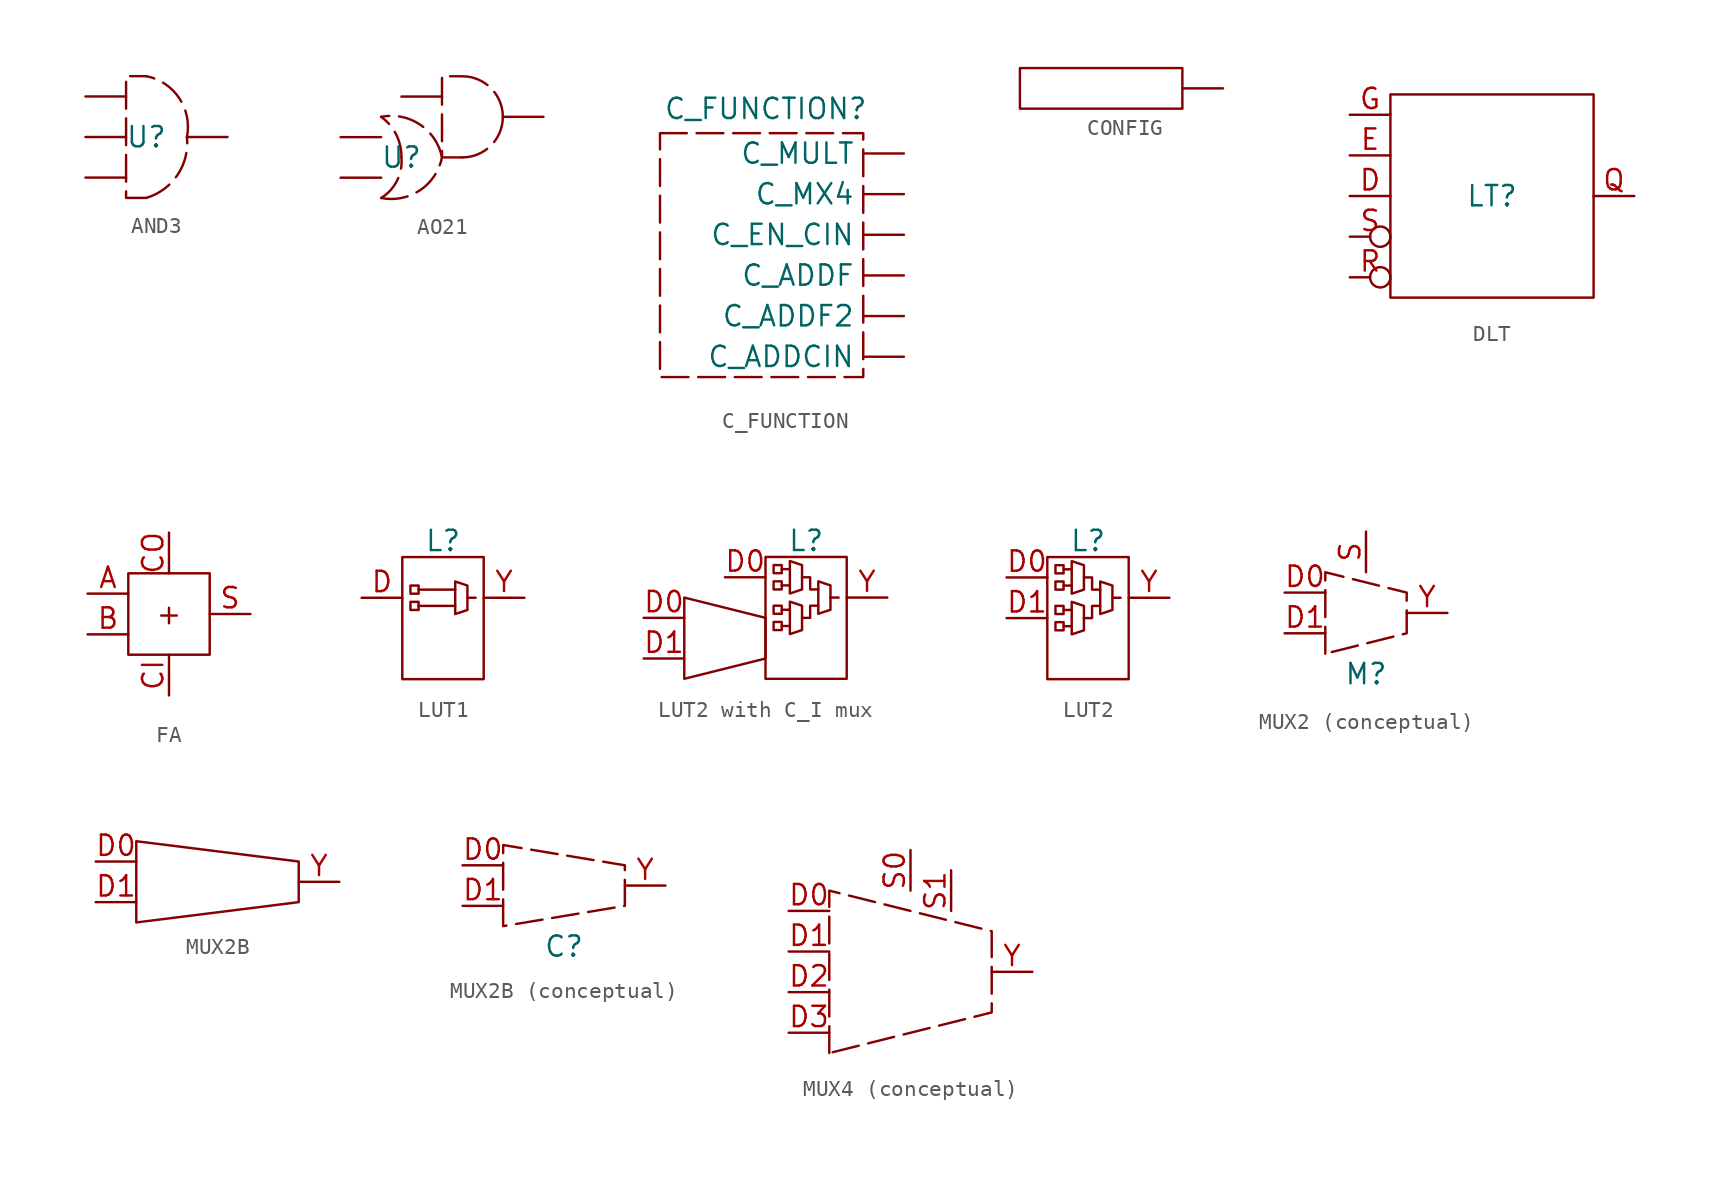
<source format=kicad_sym>
(kicad_symbol_lib
  (version 20241209)
  (generator "kicad_symbol_editor")
  (generator_version "9.0")
  (symbol "AND3"
    (property "Reference" "U"
      (at 0 0 0)
      (effects (font (size 1.27 1.27))))
    (property "Value" ""
      (at 0 0 0)
      (effects (font (size 1.27 1.27))))
    (symbol "AND3_1_1"
      (arc (start 2.54 0) (mid 1.9581 -2.3638) (end 0 -3.81) (stroke (width 0) (type dash)) (fill (type none)))
      (arc (start 0 3.81) (mid 2.0592 2.4311) (end 2.54 0) (stroke (width 0) (type dash)) (fill (type none)))
      (polyline (pts (xy 0 -3.81) (xy -1.27 -3.81) (xy -1.27 3.81) (xy 0 3.81)) (stroke (width 0) (type dash)) (fill (type none)))
      (pin input line (at -3.81 2.54 0) (length 2.54) (name "" (effects (font (size 1.27 1.27)))) (number "" (effects (font (size 1.27 1.27)))))
      (pin input line (at -3.81 0 0) (length 2.54) (name "" (effects (font (size 1.27 1.27)))) (number "" (effects (font (size 1.27 1.27)))))
      (pin input line (at -3.81 -2.54 0) (length 2.54) (name "" (effects (font (size 1.27 1.27)))) (number "" (effects (font (size 1.27 1.27)))))
      (pin output line (at 5.08 0 180) (length 2.54) (name "" (effects (font (size 1.27 1.27)))) (number "" (effects (font (size 1.27 1.27)))))))
  (symbol "AO21"
    (property "Reference" "U"
      (at 0 0 0)
      (effects (font (size 1.27 1.27))))
    (property "Value" ""
      (at 0 0 0)
      (effects (font (size 1.27 1.27))))
    (symbol "AO21_1_1"
      (arc (start -1.27 2.54) (mid -0.3243 1.4253) (end 0 0) (stroke (width 0) (type dash)) (fill (type none)))
      (arc (start 0 0) (mid -0.2725 -1.4513) (end -1.27 -2.54) (stroke (width 0) (type dash)) (fill (type none)))
      (arc (start -1.2702 2.5398) (mid 1.1609 2.059) (end 2.54 0) (stroke (width 0) (type dash)) (fill (type none)))
      (arc (start 2.54 0) (mid 1.161 -2.0591) (end -1.2702 -2.5398) (stroke (width 0) (type dash)) (fill (type none)))
      (arc (start 3.81 5.08) (mid 5.6061 4.3361) (end 6.35 2.54) (stroke (width 0) (type dash)) (fill (type none)))
      (arc (start 6.35 2.54) (mid 5.6061 0.7439) (end 3.81 0) (stroke (width 0) (type dash)) (fill (type none)))
      (polyline (pts (xy 3.81 0) (xy 2.54 0) (xy 2.54 5.08) (xy 3.81 5.08)) (stroke (width 0) (type dash)) (fill (type none)))
      (pin input line (at -3.81 1.27 0) (length 2.54) (name "" (effects (font (size 1.27 1.27)))) (number "" (effects (font (size 1.27 1.27)))))
      (pin input line (at -3.81 -1.27 0) (length 2.54) (name "" (effects (font (size 1.27 1.27)))) (number "" (effects (font (size 1.27 1.27)))))
      (pin input line (at 0 3.81 0) (length 2.54) (name "" (effects (font (size 1.27 1.27)))) (number "" (effects (font (size 1.27 1.27)))))
      (pin output line (at 8.89 2.54 180) (length 2.54) (name "" (effects (font (size 1.27 1.27)))) (number "" (effects (font (size 1.27 1.27)))))))
  (symbol "C_FUNCTION"
    (property "Reference" "C_FUNCTION"
      (at 0.254 7.874 0)
      (effects (font (size 1.27 1.27))))
    (property "Value" ""
      (at 0 0 0)
      (effects (font (size 1.27 1.27))))
    (symbol "C_FUNCTION_0_1"
      (rectangle (start -6.35 6.35) (end 6.35 -8.89) (stroke (width 0) (type dash)) (fill (type none))))
    (symbol "C_FUNCTION_1_1"
      (pin output line (at 8.89 5.08 180) (length 2.54) (name "C_MULT" (effects (font (size 1.27 1.27)))) (number "" (effects (font (size 1.27 1.27)))))
      (pin output line (at 8.89 2.54 180) (length 2.54) (name "C_MX4" (effects (font (size 1.27 1.27)))) (number "" (effects (font (size 1.27 1.27)))))
      (pin output line (at 8.89 0 180) (length 2.54) (name "C_EN_CIN" (effects (font (size 1.27 1.27)))) (number "" (effects (font (size 1.27 1.27)))))
      (pin output line (at 8.89 -2.54 180) (length 2.54) (name "C_ADDF" (effects (font (size 1.27 1.27)))) (number "" (effects (font (size 1.27 1.27)))))
      (pin output line (at 8.89 -5.08 180) (length 2.54) (name "C_ADDF2" (effects (font (size 1.27 1.27)))) (number "" (effects (font (size 1.27 1.27)))))
      (pin output line (at 8.89 -7.62 180) (length 2.54) (name "C_ADDCIN" (effects (font (size 1.27 1.27)))) (number "" (effects (font (size 1.27 1.27)))))))
  (symbol "CONFIG"
    (property "Reference" "U"
      (at 2.54 0 0)
      (effects (font (size 1.27 1.27)) (hide yes)))
    (property "Value" ""
      (at 0 0 0)
      (effects (font (size 1.27 1.27))))
    (symbol "CONFIG_0_1"
      (rectangle (start -5.08 1.27) (end 5.08 -1.27) (stroke (width 0) (type default)) (fill (type none))))
    (symbol "CONFIG_1_1"
      (pin output line (at 7.62 0 180) (length 2.54) (name "" (effects (font (size 1.27 1.27)))) (number "" (effects (font (size 1.27 1.27)))))))
  (symbol "DLT"
    (property "Reference" "LT"
      (at 0 0 0)
      (effects (font (size 1.27 1.27))))
    (property "Value" ""
      (at 0 0 0)
      (effects (font (size 1.27 1.27))))
    (symbol "DLT_0_1"
      (rectangle (start -6.35 6.35) (end 6.35 -6.35) (stroke (width 0) (type default)) (fill (type none))))
    (symbol "DLT_1_1"
      (pin input line (at -8.89 5.08 0) (length 2.54) (name "" (effects (font (size 1.27 1.27)))) (number "G" (effects (font (size 1.27 1.27)))))
      (pin input line (at -8.89 2.54 0) (length 2.54) (name "" (effects (font (size 1.27 1.27)))) (number "E" (effects (font (size 1.27 1.27)))))
      (pin input line (at -8.89 0 0) (length 2.54) (name "" (effects (font (size 1.27 1.27)))) (number "D" (effects (font (size 1.27 1.27)))))
      (pin input inverted (at -8.89 -2.54 0) (length 2.54) (name "" (effects (font (size 1.27 1.27)))) (number "S" (effects (font (size 1.27 1.27)))))
      (pin input inverted (at -8.89 -5.08 0) (length 2.54) (name "" (effects (font (size 1.27 1.27)))) (number "R" (effects (font (size 1.27 1.27)))))
      (pin output line (at 8.89 0 180) (length 2.54) (name "" (effects (font (size 1.27 1.27)))) (number "Q" (effects (font (size 1.27 1.27)))))))
  (symbol "FA"
    (property "Reference" "U"
      (at 0 0 0)
      (effects (font (size 1.27 1.27)) (hide yes)))
    (property "Value" ""
      (at 0 0 0)
      (effects (font (size 1.27 1.27))))
    (symbol "FA_0_1"
      (rectangle (start -2.54 2.54) (end 2.54 -2.54) (stroke (width 0) (type default)) (fill (type none))))
    (symbol "FA_1_1"
      (text "+" (at 0 0 0) (effects (font (size 1.27 1.27))))
      (pin input line (at -5.08 1.27 0) (length 2.54) (name "" (effects (font (size 1.27 1.27)))) (number "A" (effects (font (size 1.27 1.27)))))
      (pin input line (at -5.08 -1.27 0) (length 2.54) (name "" (effects (font (size 1.27 1.27)))) (number "B" (effects (font (size 1.27 1.27)))))
      (pin output line (at 0 5.08 270) (length 2.54) (name "" (effects (font (size 1.27 1.27)))) (number "CO" (effects (font (size 1.27 1.27)))))
      (pin input line (at 0 -5.08 90) (length 2.54) (name "" (effects (font (size 1.27 1.27)))) (number "CI" (effects (font (size 1.27 1.27)))))
      (pin output line (at 5.08 0 180) (length 2.54) (name "" (effects (font (size 1.27 1.27)))) (number "S" (effects (font (size 1.27 1.27)))))))
  (symbol "LUT1"
    (property "Reference" "L"
      (at 0 3.556 0)
      (effects (font (size 1.27 1.27))))
    (property "Value" ""
      (at 0 0 0)
      (effects (font (size 1.27 1.27))))
    (symbol "LUT1_0_1"
      (rectangle (start -2.54 2.54) (end 2.54 -5.08) (stroke (width 0) (type default)) (fill (type none)))
      (rectangle (start -2.032 0.762) (end -1.524 0.254) (stroke (width 0) (type default)) (fill (type none)))
      (rectangle (start -2.032 -0.254) (end -1.524 -0.762) (stroke (width 0) (type default)) (fill (type none)))
      (polyline (pts (xy -1.524 0.508) (xy 0.762 0.508)) (stroke (width 0) (type default)) (fill (type none)))
      (polyline (pts (xy -1.524 -0.508) (xy 0.762 -0.508)) (stroke (width 0) (type default)) (fill (type none)))
      (polyline (pts (xy 0.762 -1.016) (xy 0.762 1.016) (xy 1.524 0.762) (xy 1.524 -0.762) (xy 0.762 -1.016)) (stroke (width 0) (type default)) (fill (type none)))
      (polyline (pts (xy 1.524 0) (xy 2.032 0)) (stroke (width 0) (type default)) (fill (type none))))
    (symbol "LUT1_1_1"
      (pin input line (at -5.08 0 0) (length 2.54) (name "" (effects (font (size 1.27 1.27)))) (number "D" (effects (font (size 1.27 1.27)))))
      (pin output line (at 5.08 0 180) (length 2.54) (name "" (effects (font (size 1.27 1.27)))) (number "Y" (effects (font (size 1.27 1.27)))))))
  (symbol "LUT2 with C_I mux"
    (property "Reference" "L"
      (at 0 3.556 0)
      (effects (font (size 1.27 1.27))))
    (property "Value" ""
      (at 0 0 0)
      (effects (font (size 1.27 1.27))))
    (symbol "LUT2 with C_I mux_0_1"
      (polyline (pts (xy -7.62 0) (xy -7.62 -5.08) (xy -2.54 -3.81) (xy -2.54 -1.27) (xy -7.62 0)) (stroke (width 0) (type default)) (fill (type none)))
      (rectangle (start -2.54 2.54) (end 2.54 -5.08) (stroke (width 0) (type default)) (fill (type none)))
      (rectangle (start -2.032 2.032) (end -1.524 1.524) (stroke (width 0) (type default)) (fill (type none)))
      (rectangle (start -2.032 1.016) (end -1.524 0.508) (stroke (width 0) (type default)) (fill (type none)))
      (rectangle (start -2.032 -0.508) (end -1.524 -1.016) (stroke (width 0) (type default)) (fill (type none)))
      (rectangle (start -2.032 -1.524) (end -1.524 -2.032) (stroke (width 0) (type default)) (fill (type none)))
      (polyline (pts (xy -1.524 1.778) (xy -1.016 1.778)) (stroke (width 0) (type default)) (fill (type none)))
      (polyline (pts (xy -1.524 0.762) (xy -1.016 0.762)) (stroke (width 0) (type default)) (fill (type none)))
      (polyline (pts (xy -1.524 -0.762) (xy -1.016 -0.762)) (stroke (width 0) (type default)) (fill (type none)))
      (polyline (pts (xy -1.524 -1.778) (xy -1.016 -1.778)) (stroke (width 0) (type default)) (fill (type none)))
      (polyline (pts (xy -1.016 0.254) (xy -1.016 2.286) (xy -0.254 2.032) (xy -0.254 0.508) (xy -1.016 0.254)) (stroke (width 0) (type default)) (fill (type none)))
      (polyline (pts (xy -1.016 -0.254) (xy -1.016 -2.286) (xy -0.254 -2.032) (xy -0.254 -0.508) (xy -1.016 -0.254)) (stroke (width 0) (type default)) (fill (type none)))
      (polyline (pts (xy -0.254 1.27) (xy 0.254 1.27) (xy 0.254 0.508) (xy 0.762 0.508)) (stroke (width 0) (type default)) (fill (type none)))
      (polyline (pts (xy -0.254 -1.27) (xy 0.254 -1.27) (xy 0.254 -0.508) (xy 0.762 -0.508)) (stroke (width 0) (type default)) (fill (type none)))
      (polyline (pts (xy 0.762 -1.016) (xy 0.762 1.016) (xy 1.524 0.762) (xy 1.524 -0.762) (xy 0.762 -1.016)) (stroke (width 0) (type default)) (fill (type none)))
      (polyline (pts (xy 1.524 0) (xy 2.032 0)) (stroke (width 0) (type default)) (fill (type none))))
    (symbol "LUT2 with C_I mux_1_1"
      (pin input line (at -10.16 -1.27 0) (length 2.54) (name "" (effects (font (size 1.27 1.27)))) (number "D0" (effects (font (size 1.27 1.27)))))
      (pin input line (at -10.16 -3.81 0) (length 2.54) (name "" (effects (font (size 1.27 1.27)))) (number "D1" (effects (font (size 1.27 1.27)))))
      (pin input line (at -5.08 1.27 0) (length 2.54) (name "" (effects (font (size 1.27 1.27)))) (number "D0" (effects (font (size 1.27 1.27)))))
      (pin output line (at 5.08 0 180) (length 2.54) (name "" (effects (font (size 1.27 1.27)))) (number "Y" (effects (font (size 1.27 1.27)))))))
  (symbol "LUT2"
    (property "Reference" "L"
      (at 0 3.556 0)
      (effects (font (size 1.27 1.27))))
    (property "Value" ""
      (at 0 0 0)
      (effects (font (size 1.27 1.27))))
    (symbol "LUT2_0_1"
      (rectangle (start -2.54 2.54) (end 2.54 -5.08) (stroke (width 0) (type default)) (fill (type none)))
      (rectangle (start -2.032 2.032) (end -1.524 1.524) (stroke (width 0) (type default)) (fill (type none)))
      (rectangle (start -2.032 1.016) (end -1.524 0.508) (stroke (width 0) (type default)) (fill (type none)))
      (rectangle (start -2.032 -0.508) (end -1.524 -1.016) (stroke (width 0) (type default)) (fill (type none)))
      (rectangle (start -2.032 -1.524) (end -1.524 -2.032) (stroke (width 0) (type default)) (fill (type none)))
      (polyline (pts (xy -1.524 1.778) (xy -1.016 1.778)) (stroke (width 0) (type default)) (fill (type none)))
      (polyline (pts (xy -1.524 0.762) (xy -1.016 0.762)) (stroke (width 0) (type default)) (fill (type none)))
      (polyline (pts (xy -1.524 -0.762) (xy -1.016 -0.762)) (stroke (width 0) (type default)) (fill (type none)))
      (polyline (pts (xy -1.524 -1.778) (xy -1.016 -1.778)) (stroke (width 0) (type default)) (fill (type none)))
      (polyline (pts (xy -1.016 0.254) (xy -1.016 2.286) (xy -0.254 2.032) (xy -0.254 0.508) (xy -1.016 0.254)) (stroke (width 0) (type default)) (fill (type none)))
      (polyline (pts (xy -1.016 -0.254) (xy -1.016 -2.286) (xy -0.254 -2.032) (xy -0.254 -0.508) (xy -1.016 -0.254)) (stroke (width 0) (type default)) (fill (type none)))
      (polyline (pts (xy -0.254 1.27) (xy 0.254 1.27) (xy 0.254 0.508) (xy 0.762 0.508)) (stroke (width 0) (type default)) (fill (type none)))
      (polyline (pts (xy -0.254 -1.27) (xy 0.254 -1.27) (xy 0.254 -0.508) (xy 0.762 -0.508)) (stroke (width 0) (type default)) (fill (type none)))
      (polyline (pts (xy 0.762 -1.016) (xy 0.762 1.016) (xy 1.524 0.762) (xy 1.524 -0.762) (xy 0.762 -1.016)) (stroke (width 0) (type default)) (fill (type none)))
      (polyline (pts (xy 1.524 0) (xy 2.032 0)) (stroke (width 0) (type default)) (fill (type none))))
    (symbol "LUT2_1_1"
      (pin input line (at -5.08 1.27 0) (length 2.54) (name "" (effects (font (size 1.27 1.27)))) (number "D0" (effects (font (size 1.27 1.27)))))
      (pin input line (at -5.08 -1.27 0) (length 2.54) (name "" (effects (font (size 1.27 1.27)))) (number "D1" (effects (font (size 1.27 1.27)))))
      (pin output line (at 5.08 0 180) (length 2.54) (name "" (effects (font (size 1.27 1.27)))) (number "Y" (effects (font (size 1.27 1.27)))))))
  (symbol "MUX2 (conceptual)"
    (property "Reference" "M"
      (at 0 -3.81 0)
      (effects (font (size 1.27 1.27))))
    (property "Value" ""
      (at 0 0 0)
      (effects (font (size 1.27 1.27))))
    (symbol "MUX2 (conceptual)_1_1"
      (polyline (pts (xy -2.54 -2.54) (xy -2.54 2.54) (xy 2.54 1.27) (xy 2.54 -1.27) (xy -2.54 -2.54)) (stroke (width 0) (type dash)) (fill (type none)))
      (pin input line (at -5.08 1.27 0) (length 2.54) (name "" (effects (font (size 1.27 1.27)))) (number "D0" (effects (font (size 1.27 1.27)))))
      (pin input line (at -5.08 -1.27 0) (length 2.54) (name "" (effects (font (size 1.27 1.27)))) (number "D1" (effects (font (size 1.27 1.27)))))
      (pin input line (at 0 5.08 270) (length 2.54) (name "" (effects (font (size 1.27 1.27)))) (number "S" (effects (font (size 1.27 1.27)))))
      (pin output line (at 5.08 0 180) (length 2.54) (name "" (effects (font (size 1.27 1.27)))) (number "Y" (effects (font (size 1.27 1.27)))))))
  (symbol "MUX2B"
    (property "Reference" "C"
      (at 0 -3.81 0)
      (effects (font (size 1.27 1.27)) (hide yes)))
    (property "Value" ""
      (at 0 0 0)
      (effects (font (size 1.27 1.27))))
    (symbol "MUX2B_0_1"
      (polyline (pts (xy -5.08 2.54) (xy -5.08 -2.54) (xy 5.08 -1.27) (xy 5.08 1.27) (xy -5.08 2.54)) (stroke (width 0) (type default)) (fill (type none))))
    (symbol "MUX2B_1_1"
      (pin input line (at -7.62 1.27 0) (length 2.54) (name "" (effects (font (size 1.27 1.27)))) (number "D0" (effects (font (size 1.27 1.27)))))
      (pin input line (at -7.62 -1.27 0) (length 2.54) (name "" (effects (font (size 1.27 1.27)))) (number "D1" (effects (font (size 1.27 1.27)))))
      (pin output line (at 7.62 0 180) (length 2.54) (name "" (effects (font (size 1.27 1.27)))) (number "Y" (effects (font (size 1.27 1.27)))))))
  (symbol "MUX2B (conceptual)"
    (property "Reference" "C"
      (at 0 -3.81 0)
      (effects (font (size 1.27 1.27))))
    (property "Value" ""
      (at 0 0 0)
      (effects (font (size 1.27 1.27))))
    (symbol "MUX2B (conceptual)_1_1"
      (polyline (pts (xy -3.81 -2.54) (xy -3.81 2.54) (xy 3.81 1.27) (xy 3.81 -1.27) (xy -3.81 -2.54)) (stroke (width 0) (type dash)) (fill (type none)))
      (pin input line (at -6.35 1.27 0) (length 2.54) (name "" (effects (font (size 1.27 1.27)))) (number "D0" (effects (font (size 1.27 1.27)))))
      (pin input line (at -6.35 -1.27 0) (length 2.54) (name "" (effects (font (size 1.27 1.27)))) (number "D1" (effects (font (size 1.27 1.27)))))
      (pin output line (at 6.35 0 180) (length 2.54) (name "" (effects (font (size 1.27 1.27)))) (number "Y" (effects (font (size 1.27 1.27)))))))
  (symbol "MUX4 (conceptual)"
    (property "Reference" "M"
      (at 0 -3.81 0)
      (effects (font (size 1.27 1.27)) (hide yes)))
    (property "Value" ""
      (at 0 0 0)
      (effects (font (size 1.27 1.27))))
    (symbol "MUX4 (conceptual)_1_1"
      (polyline (pts (xy -5.08 -5.08) (xy -5.08 5.08) (xy 5.08 2.54) (xy 5.08 -2.54) (xy -5.08 -5.08)) (stroke (width 0) (type dash)) (fill (type none)))
      (pin input line (at -7.62 3.81 0) (length 2.54) (name "" (effects (font (size 1.27 1.27)))) (number "D0" (effects (font (size 1.27 1.27)))))
      (pin input line (at -7.62 1.27 0) (length 2.54) (name "" (effects (font (size 1.27 1.27)))) (number "D1" (effects (font (size 1.27 1.27)))))
      (pin input line (at -7.62 -1.27 0) (length 2.54) (name "" (effects (font (size 1.27 1.27)))) (number "D2" (effects (font (size 1.27 1.27)))))
      (pin input line (at -7.62 -3.81 0) (length 2.54) (name "" (effects (font (size 1.27 1.27)))) (number "D3" (effects (font (size 1.27 1.27)))))
      (pin input line (at 0 7.62 270) (length 2.54) (name "" (effects (font (size 1.27 1.27)))) (number "S0" (effects (font (size 1.27 1.27)))))
      (pin input line (at 2.54 6.35 270) (length 2.54) (name "" (effects (font (size 1.27 1.27)))) (number "S1" (effects (font (size 1.27 1.27)))))
      (pin output line (at 7.62 0 180) (length 2.54) (name "" (effects (font (size 1.27 1.27)))) (number "Y" (effects (font (size 1.27 1.27))))))))
</source>
